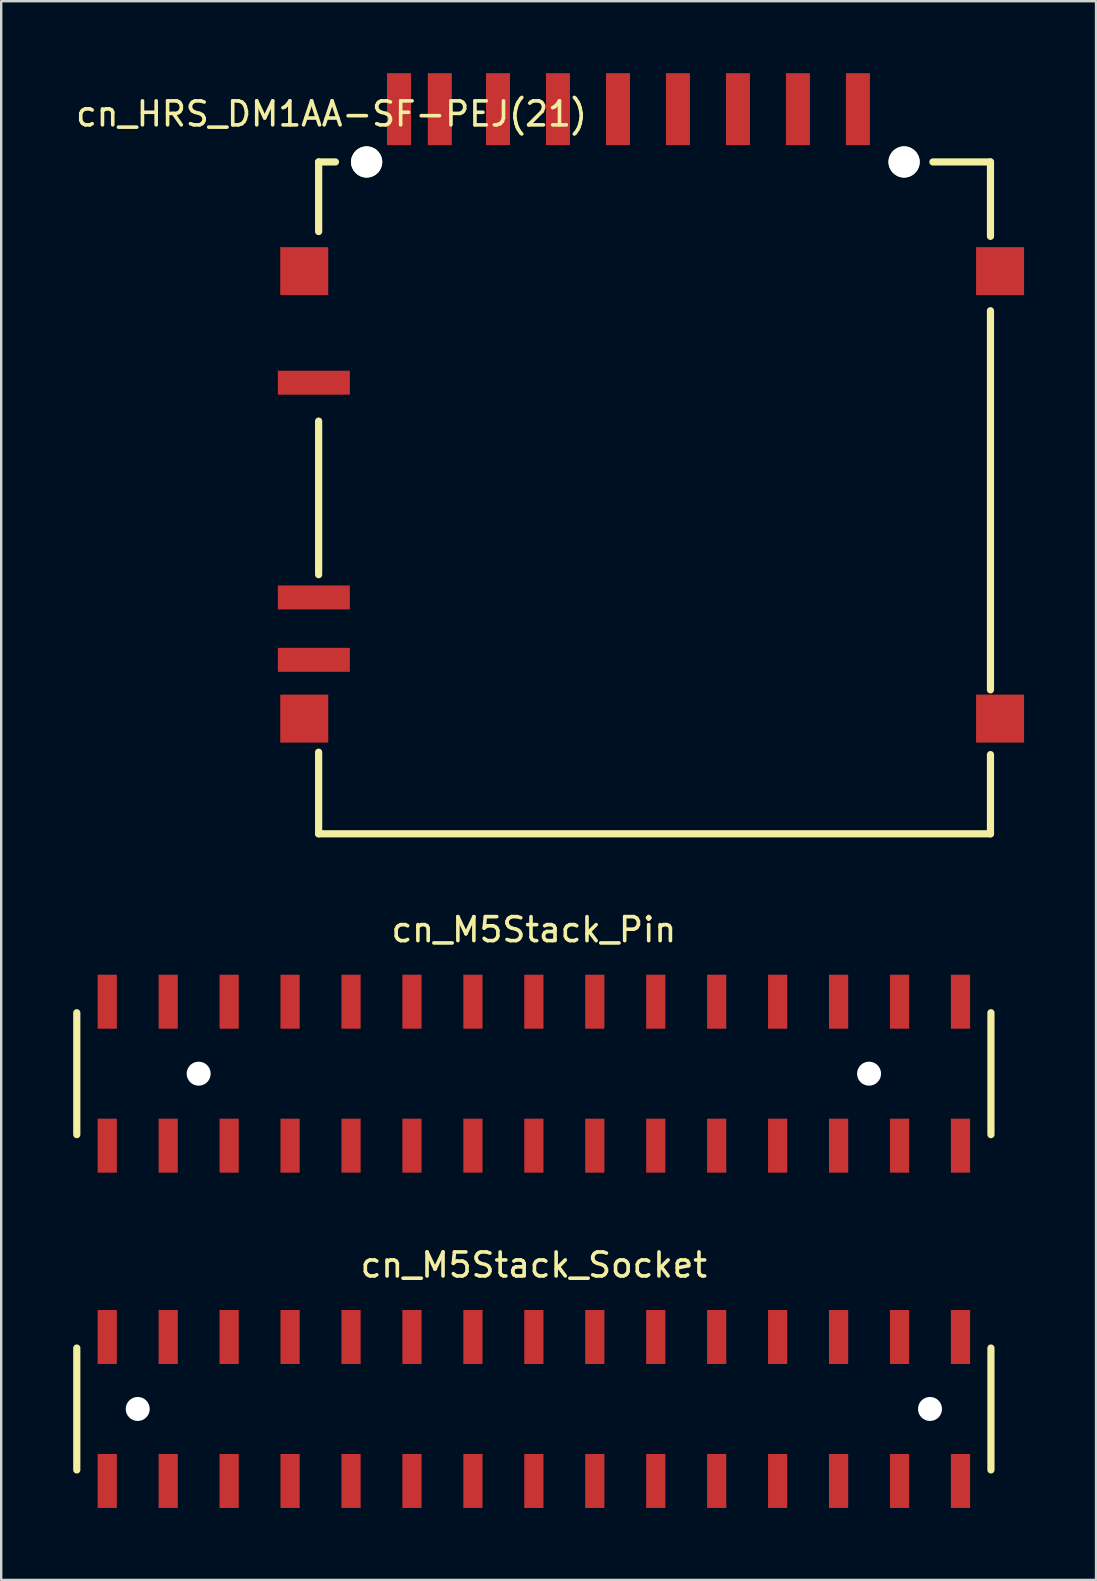
<source format=kicad_pcb>
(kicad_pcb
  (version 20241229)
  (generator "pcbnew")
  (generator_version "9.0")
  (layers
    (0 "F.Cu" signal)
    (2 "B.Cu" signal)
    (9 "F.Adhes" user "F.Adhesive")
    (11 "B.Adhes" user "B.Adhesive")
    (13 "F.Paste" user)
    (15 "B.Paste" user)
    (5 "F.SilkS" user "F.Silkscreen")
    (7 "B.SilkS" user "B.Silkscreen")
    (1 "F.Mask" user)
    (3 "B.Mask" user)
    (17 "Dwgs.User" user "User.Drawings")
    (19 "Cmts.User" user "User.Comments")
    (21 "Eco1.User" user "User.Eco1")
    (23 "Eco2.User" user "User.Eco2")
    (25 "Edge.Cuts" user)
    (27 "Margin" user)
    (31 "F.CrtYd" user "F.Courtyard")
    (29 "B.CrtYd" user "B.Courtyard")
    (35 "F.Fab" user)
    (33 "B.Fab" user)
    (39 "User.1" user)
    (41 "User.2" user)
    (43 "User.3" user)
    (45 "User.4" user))
  (footprint "cn_M5Stack_Pin"
    (layer "F.Cu")
    (at 19.2 41.698)
    (property "Reference" "cn_M5Stack_Pin" (at 0 -6 0) (layer "F.SilkS") (effects (font (size 1 1) (thickness 0.15))))
    (attr through_hole)
    (fp_line (start -19.05 -2.54) (end -19.05 2.54) (stroke (width 0.3) (type solid)) (layer "F.SilkS"))
    (fp_line (start 19.05 -2.54) (end 19.05 2.54) (stroke (width 0.3) (type solid)) (layer "F.SilkS"))
    (pad "" np_thru_hole circle (at -13.97 0) (size 1 1) (drill 1) (layers "*.Cu" "*.Mask"))
    (pad "" np_thru_hole circle (at 13.97 0) (size 1 1) (drill 1) (layers "*.Cu" "*.Mask"))
    (pad "1" smd rect (at -17.78 -3) (size 0.8 2.25) (layers "F.Cu" "F.Mask" "F.Paste"))
    (pad "2" smd rect (at -17.78 3) (size 0.8 2.25) (layers "F.Cu" "F.Mask" "F.Paste"))
    (pad "3" smd rect (at -15.24 -3) (size 0.8 2.25) (layers "F.Cu" "F.Mask" "F.Paste"))
    (pad "4" smd rect (at -15.24 3) (size 0.8 2.25) (layers "F.Cu" "F.Mask" "F.Paste"))
    (pad "5" smd rect (at -12.7 -3) (size 0.8 2.25) (layers "F.Cu" "F.Mask" "F.Paste"))
    (pad "6" smd rect (at -12.7 3) (size 0.8 2.25) (layers "F.Cu" "F.Mask" "F.Paste"))
    (pad "7" smd rect (at -10.16 -3) (size 0.8 2.25) (layers "F.Cu" "F.Mask" "F.Paste"))
    (pad "8" smd rect (at -10.16 3) (size 0.8 2.25) (layers "F.Cu" "F.Mask" "F.Paste"))
    (pad "9" smd rect (at -7.62 -3) (size 0.8 2.25) (layers "F.Cu" "F.Mask" "F.Paste"))
    (pad "10" smd rect (at -7.62 3) (size 0.8 2.25) (layers "F.Cu" "F.Mask" "F.Paste"))
    (pad "11" smd rect (at -5.08 -3) (size 0.8 2.25) (layers "F.Cu" "F.Mask" "F.Paste"))
    (pad "12" smd rect (at -5.08 3) (size 0.8 2.25) (layers "F.Cu" "F.Mask" "F.Paste"))
    (pad "13" smd rect (at -2.54 -3) (size 0.8 2.25) (layers "F.Cu" "F.Mask" "F.Paste"))
    (pad "14" smd rect (at -2.54 3) (size 0.8 2.25) (layers "F.Cu" "F.Mask" "F.Paste"))
    (pad "15" smd rect (at 0 -3) (size 0.8 2.25) (layers "F.Cu" "F.Mask" "F.Paste"))
    (pad "16" smd rect (at 0 3) (size 0.8 2.25) (layers "F.Cu" "F.Mask" "F.Paste"))
    (pad "17" smd rect (at 2.54 -3) (size 0.8 2.25) (layers "F.Cu" "F.Mask" "F.Paste"))
    (pad "18" smd rect (at 2.54 3) (size 0.8 2.25) (layers "F.Cu" "F.Mask" "F.Paste"))
    (pad "19" smd rect (at 5.08 -3) (size 0.8 2.25) (layers "F.Cu" "F.Mask" "F.Paste"))
    (pad "20" smd rect (at 5.08 3) (size 0.8 2.25) (layers "F.Cu" "F.Mask" "F.Paste"))
    (pad "21" smd rect (at 7.62 -3) (size 0.8 2.25) (layers "F.Cu" "F.Mask" "F.Paste"))
    (pad "22" smd rect (at 7.62 3) (size 0.8 2.25) (layers "F.Cu" "F.Mask" "F.Paste"))
    (pad "23" smd rect (at 10.16 -3) (size 0.8 2.25) (layers "F.Cu" "F.Mask" "F.Paste"))
    (pad "24" smd rect (at 10.16 3) (size 0.8 2.25) (layers "F.Cu" "F.Mask" "F.Paste"))
    (pad "25" smd rect (at 12.7 -3) (size 0.8 2.25) (layers "F.Cu" "F.Mask" "F.Paste"))
    (pad "26" smd rect (at 12.7 3) (size 0.8 2.25) (layers "F.Cu" "F.Mask" "F.Paste"))
    (pad "27" smd rect (at 15.24 -3) (size 0.8 2.25) (layers "F.Cu" "F.Mask" "F.Paste"))
    (pad "28" smd rect (at 15.24 3) (size 0.8 2.25) (layers "F.Cu" "F.Mask" "F.Paste"))
    (pad "29" smd rect (at 17.78 -3) (size 0.8 2.25) (layers "F.Cu" "F.Mask" "F.Paste"))
    (pad "30" smd rect (at 17.78 3) (size 0.8 2.25) (layers "F.Cu" "F.Mask" "F.Paste")))
  (footprint "cn_M5Stack_Socket"
    (layer "F.Cu")
    (at 19.2 55.672)
    (property "Reference" "cn_M5Stack_Socket" (at 0 -6 0) (layer "F.SilkS") (effects (font (size 1 1) (thickness 0.15))))
    (attr through_hole)
    (fp_line (start -19.05 -2.54) (end -19.05 2.54) (stroke (width 0.3) (type solid)) (layer "F.SilkS"))
    (fp_line (start 19.05 -2.54) (end 19.05 2.54) (stroke (width 0.3) (type solid)) (layer "F.SilkS"))
    (pad "" np_thru_hole circle (at -16.51 0) (size 1 1) (drill 1) (layers "*.Cu" "*.Mask"))
    (pad "" np_thru_hole circle (at 16.51 0) (size 1 1) (drill 1) (layers "*.Cu" "*.Mask"))
    (pad "1" smd rect (at -17.78 3) (size 0.8 2.25) (layers "F.Cu" "F.Mask" "F.Paste"))
    (pad "2" smd rect (at -17.78 -3) (size 0.8 2.25) (layers "F.Cu" "F.Mask" "F.Paste"))
    (pad "3" smd rect (at -15.24 3) (size 0.8 2.25) (layers "F.Cu" "F.Mask" "F.Paste"))
    (pad "4" smd rect (at -15.24 -3) (size 0.8 2.25) (layers "F.Cu" "F.Mask" "F.Paste"))
    (pad "5" smd rect (at -12.7 3) (size 0.8 2.25) (layers "F.Cu" "F.Mask" "F.Paste"))
    (pad "6" smd rect (at -12.7 -3) (size 0.8 2.25) (layers "F.Cu" "F.Mask" "F.Paste"))
    (pad "7" smd rect (at -10.16 3) (size 0.8 2.25) (layers "F.Cu" "F.Mask" "F.Paste"))
    (pad "8" smd rect (at -10.16 -3) (size 0.8 2.25) (layers "F.Cu" "F.Mask" "F.Paste"))
    (pad "9" smd rect (at -7.62 3) (size 0.8 2.25) (layers "F.Cu" "F.Mask" "F.Paste"))
    (pad "10" smd rect (at -7.62 -3) (size 0.8 2.25) (layers "F.Cu" "F.Mask" "F.Paste"))
    (pad "11" smd rect (at -5.08 3) (size 0.8 2.25) (layers "F.Cu" "F.Mask" "F.Paste"))
    (pad "12" smd rect (at -5.08 -3) (size 0.8 2.25) (layers "F.Cu" "F.Mask" "F.Paste"))
    (pad "13" smd rect (at -2.54 3) (size 0.8 2.25) (layers "F.Cu" "F.Mask" "F.Paste"))
    (pad "14" smd rect (at -2.54 -3) (size 0.8 2.25) (layers "F.Cu" "F.Mask" "F.Paste"))
    (pad "15" smd rect (at 0 3) (size 0.8 2.25) (layers "F.Cu" "F.Mask" "F.Paste"))
    (pad "16" smd rect (at 0 -3) (size 0.8 2.25) (layers "F.Cu" "F.Mask" "F.Paste"))
    (pad "17" smd rect (at 2.54 3) (size 0.8 2.25) (layers "F.Cu" "F.Mask" "F.Paste"))
    (pad "18" smd rect (at 2.54 -3) (size 0.8 2.25) (layers "F.Cu" "F.Mask" "F.Paste"))
    (pad "19" smd rect (at 5.08 3) (size 0.8 2.25) (layers "F.Cu" "F.Mask" "F.Paste"))
    (pad "20" smd rect (at 5.08 -3) (size 0.8 2.25) (layers "F.Cu" "F.Mask" "F.Paste"))
    (pad "21" smd rect (at 7.62 3) (size 0.8 2.25) (layers "F.Cu" "F.Mask" "F.Paste"))
    (pad "22" smd rect (at 7.62 -3) (size 0.8 2.25) (layers "F.Cu" "F.Mask" "F.Paste"))
    (pad "23" smd rect (at 10.16 3) (size 0.8 2.25) (layers "F.Cu" "F.Mask" "F.Paste"))
    (pad "24" smd rect (at 10.16 -3) (size 0.8 2.25) (layers "F.Cu" "F.Mask" "F.Paste"))
    (pad "25" smd rect (at 12.7 3) (size 0.8 2.25) (layers "F.Cu" "F.Mask" "F.Paste"))
    (pad "26" smd rect (at 12.7 -3) (size 0.8 2.25) (layers "F.Cu" "F.Mask" "F.Paste"))
    (pad "27" smd rect (at 15.24 3) (size 0.8 2.25) (layers "F.Cu" "F.Mask" "F.Paste"))
    (pad "28" smd rect (at 15.24 -3) (size 0.8 2.25) (layers "F.Cu" "F.Mask" "F.Paste"))
    (pad "29" smd rect (at 17.78 3) (size 0.8 2.25) (layers "F.Cu" "F.Mask" "F.Paste"))
    (pad "30" smd rect (at 17.78 -3) (size 0.8 2.25) (layers "F.Cu" "F.Mask" "F.Paste")))
  (footprint "cn_HRS_DM1AA-SF-PEJ(21)"
    (layer "F.Cu")
    (at 24.23 17.7)
    (property "Reference" "cn_HRS_DM1AA-SF-PEJ(21)" (at -13.462 -16.002 0) (layer "F.SilkS") (effects (font (size 1 1) (thickness 0.15))))
    (attr smd)
    (fp_line (start -14 -14) (end -14 -11.1) (stroke (width 0.3) (type solid)) (layer "F.SilkS"))
    (fp_line (start -14 3.2) (end -14 -3.2) (stroke (width 0.3) (type solid)) (layer "F.SilkS"))
    (fp_line (start -14 10.6) (end -14 14) (stroke (width 0.3) (type solid)) (layer "F.SilkS"))
    (fp_line (start -13.3 -14) (end -14 -14) (stroke (width 0.3) (type solid)) (layer "F.SilkS"))
    (fp_line (start 14 -14) (end 11.6 -14) (stroke (width 0.3) (type solid)) (layer "F.SilkS"))
    (fp_line (start 14 -10.9) (end 14 -14) (stroke (width 0.3) (type solid)) (layer "F.SilkS"))
    (fp_line (start 14 -7.8) (end 14 8) (stroke (width 0.3) (type solid)) (layer "F.SilkS"))
    (fp_line (start 14 14) (end -14 14) (stroke (width 0.3) (type solid)) (layer "F.SilkS"))
    (fp_line (start 14 14) (end 14 10.7) (stroke (width 0.3) (type solid)) (layer "F.SilkS"))
    (pad "" np_thru_hole circle (at -12 -14) (size 1.3 1.3) (drill 1.3) (layers "*.Cu" "*.Mask" "F.SilkS"))
    (pad "" np_thru_hole circle (at 10.4 -14) (size 1.3 1.3) (drill 1.3) (layers "*.Cu" "*.Mask" "F.SilkS"))
    (pad "1" smd rect (at 5.975 -16.2 90) (size 3 1) (layers "F.Cu" "F.Mask" "F.Paste"))
    (pad "2" smd rect (at 3.475 -16.2 90) (size 3 1) (layers "F.Cu" "F.Mask" "F.Paste"))
    (pad "3" smd rect (at 0.975 -16.2 90) (size 3 1) (layers "F.Cu" "F.Mask" "F.Paste"))
    (pad "4" smd rect (at -1.525 -16.2 90) (size 3 1) (layers "F.Cu" "F.Mask" "F.Paste"))
    (pad "5" smd rect (at -4.025 -16.2 90) (size 3 1) (layers "F.Cu" "F.Mask" "F.Paste"))
    (pad "6" smd rect (at -6.525 -16.2 90) (size 3 1) (layers "F.Cu" "F.Mask" "F.Paste"))
    (pad "7" smd rect (at -8.95 -16.2 90) (size 3 1) (layers "F.Cu" "F.Mask" "F.Paste"))
    (pad "8" smd rect (at -10.65 -16.2 90) (size 3 1) (layers "F.Cu" "F.Mask" "F.Paste"))
    (pad "9" smd rect (at 8.475 -16.2 90) (size 3 1) (layers "F.Cu" "F.Mask" "F.Paste"))
    (pad "10" smd rect (at -14.2 -4.8 90) (size 1 3) (layers "F.Cu" "F.Mask" "F.Paste"))
    (pad "11" smd rect (at -14.2 4.15 90) (size 1 3) (layers "F.Cu" "F.Mask" "F.Paste"))
    (pad "12" smd rect (at -14.2 6.75 90) (size 1 3) (layers "F.Cu" "F.Mask" "F.Paste"))
    (pad "13" smd rect (at -14.6 -9.45) (size 2 2) (layers "F.Cu" "F.Mask" "F.Paste"))
    (pad "14" smd rect (at -14.6 9.2) (size 2 2) (layers "F.Cu" "F.Mask" "F.Paste"))
    (pad "15" smd rect (at 14.4 9.2) (size 2 2) (layers "F.Cu" "F.Mask" "F.Paste"))
    (pad "16" smd rect (at 14.4 -9.45) (size 2 2) (layers "F.Cu" "F.Mask" "F.Paste")))
  (gr_rect
    (start -3 -3)
    (end 42.63 62.797)
    (stroke (width 0.1) (type default))
    (fill no)
    (layer "Edge.Cuts")))
</source>
